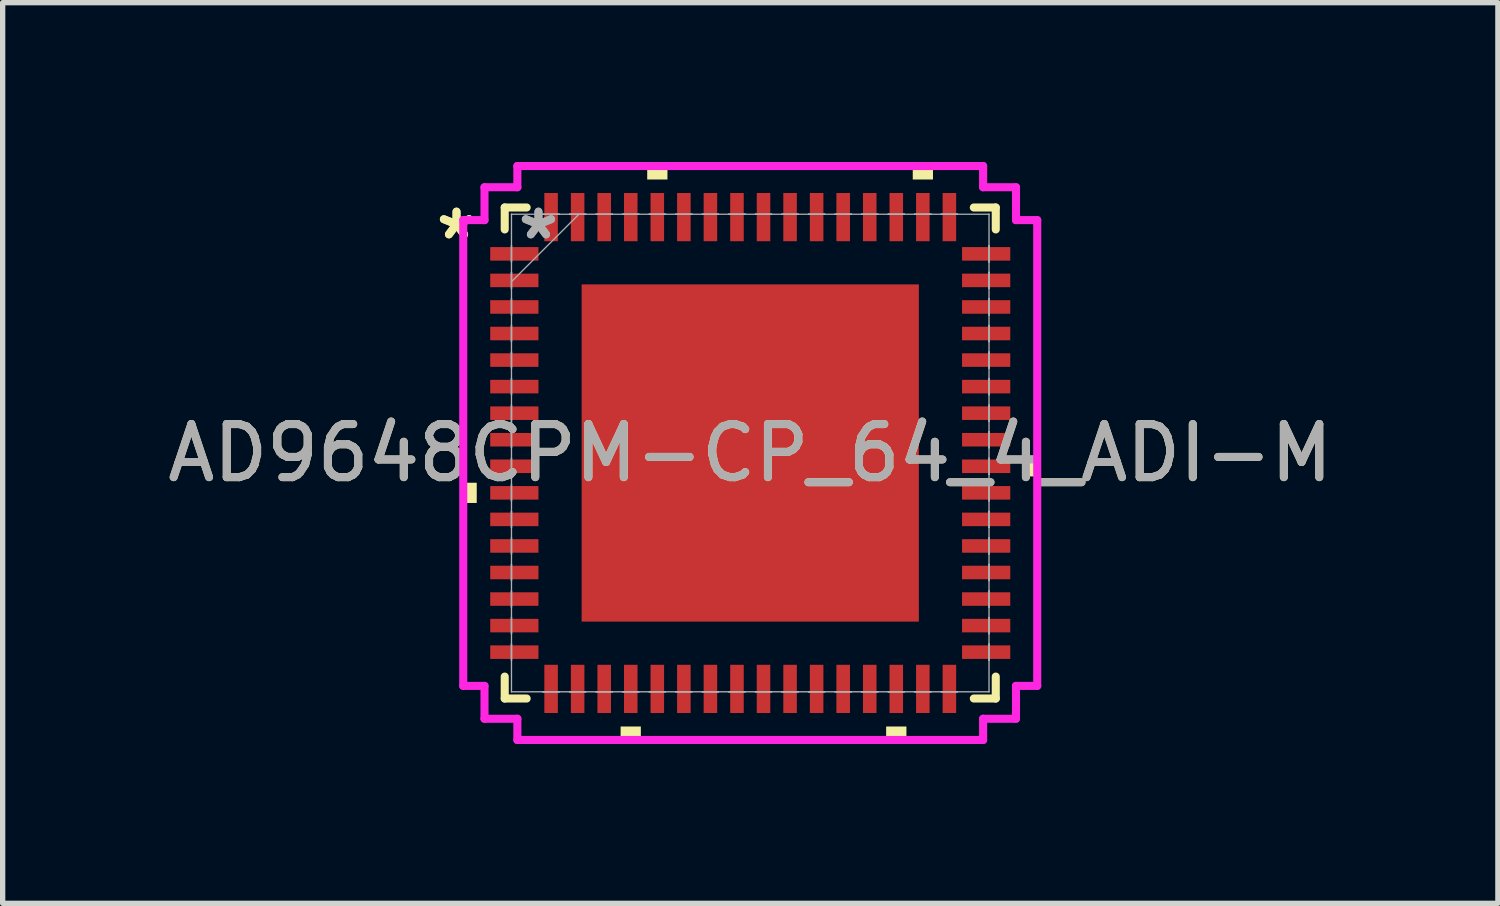
<source format=kicad_pcb>
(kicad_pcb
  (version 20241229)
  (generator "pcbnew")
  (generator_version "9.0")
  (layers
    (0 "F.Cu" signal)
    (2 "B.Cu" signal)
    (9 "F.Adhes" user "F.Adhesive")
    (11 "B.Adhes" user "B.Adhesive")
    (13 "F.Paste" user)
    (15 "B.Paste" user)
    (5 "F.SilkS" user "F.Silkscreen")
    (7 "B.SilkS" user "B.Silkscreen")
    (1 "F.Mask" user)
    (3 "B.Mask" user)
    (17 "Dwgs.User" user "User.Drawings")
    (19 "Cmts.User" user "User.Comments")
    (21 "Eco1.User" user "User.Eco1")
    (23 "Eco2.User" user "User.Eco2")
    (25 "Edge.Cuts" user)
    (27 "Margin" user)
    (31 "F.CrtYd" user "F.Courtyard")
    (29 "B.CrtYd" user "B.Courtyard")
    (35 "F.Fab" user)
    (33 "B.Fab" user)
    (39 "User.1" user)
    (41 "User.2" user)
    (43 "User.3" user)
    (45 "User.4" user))
  (footprint "AD9648CPM-CP_64_4_ADI-M"
    (layer "F.Cu")
    (at 11.077 5.48)
    (property "Reference" "AD9648CPM-CP_64_4_ADI-M" (at 0 0 0) (unlocked yes) (layer "F.SilkS") (effects (font (size 1 1) (thickness 0.15))))
    (attr smd)
    (fp_line (start -4.623 -4.623) (end -4.623 -4.21) (stroke (width 0.152) (type solid)) (layer "F.SilkS"))
    (fp_line (start -4.623 4.21) (end -4.623 4.623) (stroke (width 0.152) (type solid)) (layer "F.SilkS"))
    (fp_line (start -4.623 4.623) (end -4.21 4.623) (stroke (width 0.152) (type solid)) (layer "F.SilkS"))
    (fp_line (start -4.21 -4.623) (end -4.623 -4.623) (stroke (width 0.152) (type solid)) (layer "F.SilkS"))
    (fp_line (start 4.21 4.623) (end 4.623 4.623) (stroke (width 0.152) (type solid)) (layer "F.SilkS"))
    (fp_line (start 4.623 -4.623) (end 4.21 -4.623) (stroke (width 0.152) (type solid)) (layer "F.SilkS"))
    (fp_line (start 4.623 -4.21) (end 4.623 -4.623) (stroke (width 0.152) (type solid)) (layer "F.SilkS"))
    (fp_line (start 4.623 4.623) (end 4.623 4.21) (stroke (width 0.152) (type solid)) (layer "F.SilkS"))
    (fp_poly (pts (xy -5.404 0.56) (xy -5.404 0.941) (xy -5.15 0.941) (xy -5.15 0.56)) (stroke (width 0) (type solid)) (fill yes) (layer "F.SilkS"))
    (fp_poly (pts (xy -2.441 5.15) (xy -2.441 5.404) (xy -2.06 5.404) (xy -2.06 5.15)) (stroke (width 0) (type solid)) (fill yes) (layer "F.SilkS"))
    (fp_poly (pts (xy -1.94 -5.15) (xy -1.94 -5.404) (xy -1.559 -5.404) (xy -1.559 -5.15)) (stroke (width 0) (type solid)) (fill yes) (layer "F.SilkS"))
    (fp_poly (pts (xy 2.559 5.15) (xy 2.559 5.404) (xy 2.941 5.404) (xy 2.941 5.15)) (stroke (width 0) (type solid)) (fill yes) (layer "F.SilkS"))
    (fp_poly (pts (xy 3.06 -5.15) (xy 3.06 -5.404) (xy 3.441 -5.404) (xy 3.441 -5.15)) (stroke (width 0) (type solid)) (fill yes) (layer "F.SilkS"))
    (fp_poly (pts (xy 5.404 0.059) (xy 5.404 0.441) (xy 5.15 0.441) (xy 5.15 0.059)) (stroke (width 0) (type solid)) (fill yes) (layer "F.SilkS"))
    (fp_poly (pts (xy -3.075 -3.075) (xy -3.075 -2.005) (xy -2.005 -2.005) (xy -2.005 -3.075)) (stroke (width 0) (type solid)) (fill yes) (layer "F.Paste"))
    (fp_poly (pts (xy -3.075 -1.805) (xy -3.075 -0.735) (xy -2.005 -0.735) (xy -2.005 -1.805)) (stroke (width 0) (type solid)) (fill yes) (layer "F.Paste"))
    (fp_poly (pts (xy -3.075 -0.535) (xy -3.075 0.535) (xy -2.005 0.535) (xy -2.005 -0.535)) (stroke (width 0) (type solid)) (fill yes) (layer "F.Paste"))
    (fp_poly (pts (xy -3.075 0.735) (xy -3.075 1.805) (xy -2.005 1.805) (xy -2.005 0.735)) (stroke (width 0) (type solid)) (fill yes) (layer "F.Paste"))
    (fp_poly (pts (xy -3.075 2.005) (xy -3.075 3.075) (xy -2.005 3.075) (xy -2.005 2.005)) (stroke (width 0) (type solid)) (fill yes) (layer "F.Paste"))
    (fp_poly (pts (xy -1.805 -3.075) (xy -1.805 -2.005) (xy -0.735 -2.005) (xy -0.735 -3.075)) (stroke (width 0) (type solid)) (fill yes) (layer "F.Paste"))
    (fp_poly (pts (xy -1.805 -1.805) (xy -1.805 -0.735) (xy -0.735 -0.735) (xy -0.735 -1.805)) (stroke (width 0) (type solid)) (fill yes) (layer "F.Paste"))
    (fp_poly (pts (xy -1.805 -0.535) (xy -1.805 0.535) (xy -0.735 0.535) (xy -0.735 -0.535)) (stroke (width 0) (type solid)) (fill yes) (layer "F.Paste"))
    (fp_poly (pts (xy -1.805 0.735) (xy -1.805 1.805) (xy -0.735 1.805) (xy -0.735 0.735)) (stroke (width 0) (type solid)) (fill yes) (layer "F.Paste"))
    (fp_poly (pts (xy -1.805 2.005) (xy -1.805 3.075) (xy -0.735 3.075) (xy -0.735 2.005)) (stroke (width 0) (type solid)) (fill yes) (layer "F.Paste"))
    (fp_poly (pts (xy -0.535 -3.075) (xy -0.535 -2.005) (xy 0.535 -2.005) (xy 0.535 -3.075)) (stroke (width 0) (type solid)) (fill yes) (layer "F.Paste"))
    (fp_poly (pts (xy -0.535 -1.805) (xy -0.535 -0.735) (xy 0.535 -0.735) (xy 0.535 -1.805)) (stroke (width 0) (type solid)) (fill yes) (layer "F.Paste"))
    (fp_poly (pts (xy -0.535 -0.535) (xy -0.535 0.535) (xy 0.535 0.535) (xy 0.535 -0.535)) (stroke (width 0) (type solid)) (fill yes) (layer "F.Paste"))
    (fp_poly (pts (xy -0.535 0.735) (xy -0.535 1.805) (xy 0.535 1.805) (xy 0.535 0.735)) (stroke (width 0) (type solid)) (fill yes) (layer "F.Paste"))
    (fp_poly (pts (xy -0.535 2.005) (xy -0.535 3.075) (xy 0.535 3.075) (xy 0.535 2.005)) (stroke (width 0) (type solid)) (fill yes) (layer "F.Paste"))
    (fp_poly (pts (xy 0.735 -3.075) (xy 0.735 -2.005) (xy 1.805 -2.005) (xy 1.805 -3.075)) (stroke (width 0) (type solid)) (fill yes) (layer "F.Paste"))
    (fp_poly (pts (xy 0.735 -1.805) (xy 0.735 -0.735) (xy 1.805 -0.735) (xy 1.805 -1.805)) (stroke (width 0) (type solid)) (fill yes) (layer "F.Paste"))
    (fp_poly (pts (xy 0.735 -0.535) (xy 0.735 0.535) (xy 1.805 0.535) (xy 1.805 -0.535)) (stroke (width 0) (type solid)) (fill yes) (layer "F.Paste"))
    (fp_poly (pts (xy 0.735 0.735) (xy 0.735 1.805) (xy 1.805 1.805) (xy 1.805 0.735)) (stroke (width 0) (type solid)) (fill yes) (layer "F.Paste"))
    (fp_poly (pts (xy 0.735 2.005) (xy 0.735 3.075) (xy 1.805 3.075) (xy 1.805 2.005)) (stroke (width 0) (type solid)) (fill yes) (layer "F.Paste"))
    (fp_poly (pts (xy 2.005 -3.075) (xy 2.005 -2.005) (xy 3.075 -2.005) (xy 3.075 -3.075)) (stroke (width 0) (type solid)) (fill yes) (layer "F.Paste"))
    (fp_poly (pts (xy 2.005 -1.805) (xy 2.005 -0.735) (xy 3.075 -0.735) (xy 3.075 -1.805)) (stroke (width 0) (type solid)) (fill yes) (layer "F.Paste"))
    (fp_poly (pts (xy 2.005 -0.535) (xy 2.005 0.535) (xy 3.075 0.535) (xy 3.075 -0.535)) (stroke (width 0) (type solid)) (fill yes) (layer "F.Paste"))
    (fp_poly (pts (xy 2.005 0.735) (xy 2.005 1.805) (xy 3.075 1.805) (xy 3.075 0.735)) (stroke (width 0) (type solid)) (fill yes) (layer "F.Paste"))
    (fp_poly (pts (xy 2.005 2.005) (xy 2.005 3.075) (xy 3.075 3.075) (xy 3.075 2.005)) (stroke (width 0) (type solid)) (fill yes) (layer "F.Paste"))
    (fp_line (start -5.404 -4.385) (end -5.004 -4.385) (stroke (width 0.152) (type solid)) (layer "F.CrtYd"))
    (fp_line (start -5.404 4.385) (end -5.404 -4.385) (stroke (width 0.152) (type solid)) (layer "F.CrtYd"))
    (fp_line (start -5.004 -5.004) (end -4.385 -5.004) (stroke (width 0.152) (type solid)) (layer "F.CrtYd"))
    (fp_line (start -5.004 -4.385) (end -5.004 -5.004) (stroke (width 0.152) (type solid)) (layer "F.CrtYd"))
    (fp_line (start -5.004 4.385) (end -5.404 4.385) (stroke (width 0.152) (type solid)) (layer "F.CrtYd"))
    (fp_line (start -5.004 5.004) (end -5.004 4.385) (stroke (width 0.152) (type solid)) (layer "F.CrtYd"))
    (fp_line (start -4.385 -5.404) (end 4.385 -5.404) (stroke (width 0.152) (type solid)) (layer "F.CrtYd"))
    (fp_line (start -4.385 -5.004) (end -4.385 -5.404) (stroke (width 0.152) (type solid)) (layer "F.CrtYd"))
    (fp_line (start -4.385 5.004) (end -5.004 5.004) (stroke (width 0.152) (type solid)) (layer "F.CrtYd"))
    (fp_line (start -4.385 5.404) (end -4.385 5.004) (stroke (width 0.152) (type solid)) (layer "F.CrtYd"))
    (fp_line (start 4.385 -5.404) (end 4.385 -5.004) (stroke (width 0.152) (type solid)) (layer "F.CrtYd"))
    (fp_line (start 4.385 -5.004) (end 5.004 -5.004) (stroke (width 0.152) (type solid)) (layer "F.CrtYd"))
    (fp_line (start 4.385 5.004) (end 4.385 5.404) (stroke (width 0.152) (type solid)) (layer "F.CrtYd"))
    (fp_line (start 4.385 5.404) (end -4.385 5.404) (stroke (width 0.152) (type solid)) (layer "F.CrtYd"))
    (fp_line (start 5.004 -5.004) (end 5.004 -4.385) (stroke (width 0.152) (type solid)) (layer "F.CrtYd"))
    (fp_line (start 5.004 -4.385) (end 5.404 -4.385) (stroke (width 0.152) (type solid)) (layer "F.CrtYd"))
    (fp_line (start 5.004 4.385) (end 5.004 5.004) (stroke (width 0.152) (type solid)) (layer "F.CrtYd"))
    (fp_line (start 5.004 5.004) (end 4.385 5.004) (stroke (width 0.152) (type solid)) (layer "F.CrtYd"))
    (fp_line (start 5.404 -4.385) (end 5.404 4.385) (stroke (width 0.152) (type solid)) (layer "F.CrtYd"))
    (fp_line (start 5.404 4.385) (end 5.004 4.385) (stroke (width 0.152) (type solid)) (layer "F.CrtYd"))
    (fp_line (start -4.496 -4.496) (end -4.496 -4.496) (stroke (width 0.025) (type solid)) (layer "F.Fab"))
    (fp_line (start -4.496 -4.496) (end -4.496 4.496) (stroke (width 0.025) (type solid)) (layer "F.Fab"))
    (fp_line (start -4.496 -3.902) (end -4.496 -3.902) (stroke (width 0.025) (type solid)) (layer "F.Fab"))
    (fp_line (start -4.496 -3.902) (end -4.496 -3.598) (stroke (width 0.025) (type solid)) (layer "F.Fab"))
    (fp_line (start -4.496 -3.598) (end -4.496 -3.902) (stroke (width 0.025) (type solid)) (layer "F.Fab"))
    (fp_line (start -4.496 -3.598) (end -4.496 -3.598) (stroke (width 0.025) (type solid)) (layer "F.Fab"))
    (fp_line (start -4.496 -3.402) (end -4.496 -3.402) (stroke (width 0.025) (type solid)) (layer "F.Fab"))
    (fp_line (start -4.496 -3.402) (end -4.496 -3.098) (stroke (width 0.025) (type solid)) (layer "F.Fab"))
    (fp_line (start -4.496 -3.226) (end -3.226 -4.496) (stroke (width 0.025) (type solid)) (layer "F.Fab"))
    (fp_line (start -4.496 -3.098) (end -4.496 -3.402) (stroke (width 0.025) (type solid)) (layer "F.Fab"))
    (fp_line (start -4.496 -3.098) (end -4.496 -3.098) (stroke (width 0.025) (type solid)) (layer "F.Fab"))
    (fp_line (start -4.496 -2.902) (end -4.496 -2.902) (stroke (width 0.025) (type solid)) (layer "F.Fab"))
    (fp_line (start -4.496 -2.902) (end -4.496 -2.598) (stroke (width 0.025) (type solid)) (layer "F.Fab"))
    (fp_line (start -4.496 -2.598) (end -4.496 -2.902) (stroke (width 0.025) (type solid)) (layer "F.Fab"))
    (fp_line (start -4.496 -2.598) (end -4.496 -2.598) (stroke (width 0.025) (type solid)) (layer "F.Fab"))
    (fp_line (start -4.496 -2.402) (end -4.496 -2.402) (stroke (width 0.025) (type solid)) (layer "F.Fab"))
    (fp_line (start -4.496 -2.402) (end -4.496 -2.098) (stroke (width 0.025) (type solid)) (layer "F.Fab"))
    (fp_line (start -4.496 -2.098) (end -4.496 -2.402) (stroke (width 0.025) (type solid)) (layer "F.Fab"))
    (fp_line (start -4.496 -2.098) (end -4.496 -2.098) (stroke (width 0.025) (type solid)) (layer "F.Fab"))
    (fp_line (start -4.496 -1.902) (end -4.496 -1.902) (stroke (width 0.025) (type solid)) (layer "F.Fab"))
    (fp_line (start -4.496 -1.902) (end -4.496 -1.598) (stroke (width 0.025) (type solid)) (layer "F.Fab"))
    (fp_line (start -4.496 -1.598) (end -4.496 -1.902) (stroke (width 0.025) (type solid)) (layer "F.Fab"))
    (fp_line (start -4.496 -1.598) (end -4.496 -1.598) (stroke (width 0.025) (type solid)) (layer "F.Fab"))
    (fp_line (start -4.496 -1.402) (end -4.496 -1.402) (stroke (width 0.025) (type solid)) (layer "F.Fab"))
    (fp_line (start -4.496 -1.402) (end -4.496 -1.098) (stroke (width 0.025) (type solid)) (layer "F.Fab"))
    (fp_line (start -4.496 -1.098) (end -4.496 -1.402) (stroke (width 0.025) (type solid)) (layer "F.Fab"))
    (fp_line (start -4.496 -1.098) (end -4.496 -1.098) (stroke (width 0.025) (type solid)) (layer "F.Fab"))
    (fp_line (start -4.496 -0.902) (end -4.496 -0.902) (stroke (width 0.025) (type solid)) (layer "F.Fab"))
    (fp_line (start -4.496 -0.902) (end -4.496 -0.598) (stroke (width 0.025) (type solid)) (layer "F.Fab"))
    (fp_line (start -4.496 -0.598) (end -4.496 -0.902) (stroke (width 0.025) (type solid)) (layer "F.Fab"))
    (fp_line (start -4.496 -0.598) (end -4.496 -0.598) (stroke (width 0.025) (type solid)) (layer "F.Fab"))
    (fp_line (start -4.496 -0.402) (end -4.496 -0.402) (stroke (width 0.025) (type solid)) (layer "F.Fab"))
    (fp_line (start -4.496 -0.402) (end -4.496 -0.098) (stroke (width 0.025) (type solid)) (layer "F.Fab"))
    (fp_line (start -4.496 -0.098) (end -4.496 -0.402) (stroke (width 0.025) (type solid)) (layer "F.Fab"))
    (fp_line (start -4.496 -0.098) (end -4.496 -0.098) (stroke (width 0.025) (type solid)) (layer "F.Fab"))
    (fp_line (start -4.496 0.098) (end -4.496 0.098) (stroke (width 0.025) (type solid)) (layer "F.Fab"))
    (fp_line (start -4.496 0.098) (end -4.496 0.402) (stroke (width 0.025) (type solid)) (layer "F.Fab"))
    (fp_line (start -4.496 0.402) (end -4.496 0.098) (stroke (width 0.025) (type solid)) (layer "F.Fab"))
    (fp_line (start -4.496 0.402) (end -4.496 0.402) (stroke (width 0.025) (type solid)) (layer "F.Fab"))
    (fp_line (start -4.496 0.598) (end -4.496 0.598) (stroke (width 0.025) (type solid)) (layer "F.Fab"))
    (fp_line (start -4.496 0.598) (end -4.496 0.902) (stroke (width 0.025) (type solid)) (layer "F.Fab"))
    (fp_line (start -4.496 0.902) (end -4.496 0.598) (stroke (width 0.025) (type solid)) (layer "F.Fab"))
    (fp_line (start -4.496 0.902) (end -4.496 0.902) (stroke (width 0.025) (type solid)) (layer "F.Fab"))
    (fp_line (start -4.496 1.098) (end -4.496 1.098) (stroke (width 0.025) (type solid)) (layer "F.Fab"))
    (fp_line (start -4.496 1.098) (end -4.496 1.402) (stroke (width 0.025) (type solid)) (layer "F.Fab"))
    (fp_line (start -4.496 1.402) (end -4.496 1.098) (stroke (width 0.025) (type solid)) (layer "F.Fab"))
    (fp_line (start -4.496 1.402) (end -4.496 1.402) (stroke (width 0.025) (type solid)) (layer "F.Fab"))
    (fp_line (start -4.496 1.598) (end -4.496 1.598) (stroke (width 0.025) (type solid)) (layer "F.Fab"))
    (fp_line (start -4.496 1.598) (end -4.496 1.902) (stroke (width 0.025) (type solid)) (layer "F.Fab"))
    (fp_line (start -4.496 1.902) (end -4.496 1.598) (stroke (width 0.025) (type solid)) (layer "F.Fab"))
    (fp_line (start -4.496 1.902) (end -4.496 1.902) (stroke (width 0.025) (type solid)) (layer "F.Fab"))
    (fp_line (start -4.496 2.098) (end -4.496 2.098) (stroke (width 0.025) (type solid)) (layer "F.Fab"))
    (fp_line (start -4.496 2.098) (end -4.496 2.402) (stroke (width 0.025) (type solid)) (layer "F.Fab"))
    (fp_line (start -4.496 2.402) (end -4.496 2.098) (stroke (width 0.025) (type solid)) (layer "F.Fab"))
    (fp_line (start -4.496 2.402) (end -4.496 2.402) (stroke (width 0.025) (type solid)) (layer "F.Fab"))
    (fp_line (start -4.496 2.598) (end -4.496 2.598) (stroke (width 0.025) (type solid)) (layer "F.Fab"))
    (fp_line (start -4.496 2.598) (end -4.496 2.902) (stroke (width 0.025) (type solid)) (layer "F.Fab"))
    (fp_line (start -4.496 2.902) (end -4.496 2.598) (stroke (width 0.025) (type solid)) (layer "F.Fab"))
    (fp_line (start -4.496 2.902) (end -4.496 2.902) (stroke (width 0.025) (type solid)) (layer "F.Fab"))
    (fp_line (start -4.496 3.098) (end -4.496 3.098) (stroke (width 0.025) (type solid)) (layer "F.Fab"))
    (fp_line (start -4.496 3.098) (end -4.496 3.402) (stroke (width 0.025) (type solid)) (layer "F.Fab"))
    (fp_line (start -4.496 3.402) (end -4.496 3.098) (stroke (width 0.025) (type solid)) (layer "F.Fab"))
    (fp_line (start -4.496 3.402) (end -4.496 3.402) (stroke (width 0.025) (type solid)) (layer "F.Fab"))
    (fp_line (start -4.496 3.598) (end -4.496 3.598) (stroke (width 0.025) (type solid)) (layer "F.Fab"))
    (fp_line (start -4.496 3.598) (end -4.496 3.902) (stroke (width 0.025) (type solid)) (layer "F.Fab"))
    (fp_line (start -4.496 3.902) (end -4.496 3.598) (stroke (width 0.025) (type solid)) (layer "F.Fab"))
    (fp_line (start -4.496 3.902) (end -4.496 3.902) (stroke (width 0.025) (type solid)) (layer "F.Fab"))
    (fp_line (start -4.496 4.496) (end -4.496 4.496) (stroke (width 0.025) (type solid)) (layer "F.Fab"))
    (fp_line (start -4.496 4.496) (end 4.496 4.496) (stroke (width 0.025) (type solid)) (layer "F.Fab"))
    (fp_line (start -3.902 -4.496) (end -3.902 -4.496) (stroke (width 0.025) (type solid)) (layer "F.Fab"))
    (fp_line (start -3.902 -4.496) (end -3.598 -4.496) (stroke (width 0.025) (type solid)) (layer "F.Fab"))
    (fp_line (start -3.902 4.496) (end -3.902 4.496) (stroke (width 0.025) (type solid)) (layer "F.Fab"))
    (fp_line (start -3.902 4.496) (end -3.598 4.496) (stroke (width 0.025) (type solid)) (layer "F.Fab"))
    (fp_line (start -3.598 -4.496) (end -3.902 -4.496) (stroke (width 0.025) (type solid)) (layer "F.Fab"))
    (fp_line (start -3.598 -4.496) (end -3.598 -4.496) (stroke (width 0.025) (type solid)) (layer "F.Fab"))
    (fp_line (start -3.598 4.496) (end -3.902 4.496) (stroke (width 0.025) (type solid)) (layer "F.Fab"))
    (fp_line (start -3.598 4.496) (end -3.598 4.496) (stroke (width 0.025) (type solid)) (layer "F.Fab"))
    (fp_line (start -3.402 -4.496) (end -3.402 -4.496) (stroke (width 0.025) (type solid)) (layer "F.Fab"))
    (fp_line (start -3.402 -4.496) (end -3.098 -4.496) (stroke (width 0.025) (type solid)) (layer "F.Fab"))
    (fp_line (start -3.402 4.496) (end -3.402 4.496) (stroke (width 0.025) (type solid)) (layer "F.Fab"))
    (fp_line (start -3.402 4.496) (end -3.098 4.496) (stroke (width 0.025) (type solid)) (layer "F.Fab"))
    (fp_line (start -3.098 -4.496) (end -3.402 -4.496) (stroke (width 0.025) (type solid)) (layer "F.Fab"))
    (fp_line (start -3.098 -4.496) (end -3.098 -4.496) (stroke (width 0.025) (type solid)) (layer "F.Fab"))
    (fp_line (start -3.098 4.496) (end -3.402 4.496) (stroke (width 0.025) (type solid)) (layer "F.Fab"))
    (fp_line (start -3.098 4.496) (end -3.098 4.496) (stroke (width 0.025) (type solid)) (layer "F.Fab"))
    (fp_line (start -2.902 -4.496) (end -2.902 -4.496) (stroke (width 0.025) (type solid)) (layer "F.Fab"))
    (fp_line (start -2.902 -4.496) (end -2.598 -4.496) (stroke (width 0.025) (type solid)) (layer "F.Fab"))
    (fp_line (start -2.902 4.496) (end -2.902 4.496) (stroke (width 0.025) (type solid)) (layer "F.Fab"))
    (fp_line (start -2.902 4.496) (end -2.598 4.496) (stroke (width 0.025) (type solid)) (layer "F.Fab"))
    (fp_line (start -2.598 -4.496) (end -2.902 -4.496) (stroke (width 0.025) (type solid)) (layer "F.Fab"))
    (fp_line (start -2.598 -4.496) (end -2.598 -4.496) (stroke (width 0.025) (type solid)) (layer "F.Fab"))
    (fp_line (start -2.598 4.496) (end -2.902 4.496) (stroke (width 0.025) (type solid)) (layer "F.Fab"))
    (fp_line (start -2.598 4.496) (end -2.598 4.496) (stroke (width 0.025) (type solid)) (layer "F.Fab"))
    (fp_line (start -2.402 -4.496) (end -2.402 -4.496) (stroke (width 0.025) (type solid)) (layer "F.Fab"))
    (fp_line (start -2.402 -4.496) (end -2.098 -4.496) (stroke (width 0.025) (type solid)) (layer "F.Fab"))
    (fp_line (start -2.402 4.496) (end -2.402 4.496) (stroke (width 0.025) (type solid)) (layer "F.Fab"))
    (fp_line (start -2.402 4.496) (end -2.098 4.496) (stroke (width 0.025) (type solid)) (layer "F.Fab"))
    (fp_line (start -2.098 -4.496) (end -2.402 -4.496) (stroke (width 0.025) (type solid)) (layer "F.Fab"))
    (fp_line (start -2.098 -4.496) (end -2.098 -4.496) (stroke (width 0.025) (type solid)) (layer "F.Fab"))
    (fp_line (start -2.098 4.496) (end -2.402 4.496) (stroke (width 0.025) (type solid)) (layer "F.Fab"))
    (fp_line (start -2.098 4.496) (end -2.098 4.496) (stroke (width 0.025) (type solid)) (layer "F.Fab"))
    (fp_line (start -1.902 -4.496) (end -1.902 -4.496) (stroke (width 0.025) (type solid)) (layer "F.Fab"))
    (fp_line (start -1.902 -4.496) (end -1.598 -4.496) (stroke (width 0.025) (type solid)) (layer "F.Fab"))
    (fp_line (start -1.902 4.496) (end -1.902 4.496) (stroke (width 0.025) (type solid)) (layer "F.Fab"))
    (fp_line (start -1.902 4.496) (end -1.598 4.496) (stroke (width 0.025) (type solid)) (layer "F.Fab"))
    (fp_line (start -1.598 -4.496) (end -1.902 -4.496) (stroke (width 0.025) (type solid)) (layer "F.Fab"))
    (fp_line (start -1.598 -4.496) (end -1.598 -4.496) (stroke (width 0.025) (type solid)) (layer "F.Fab"))
    (fp_line (start -1.598 4.496) (end -1.902 4.496) (stroke (width 0.025) (type solid)) (layer "F.Fab"))
    (fp_line (start -1.598 4.496) (end -1.598 4.496) (stroke (width 0.025) (type solid)) (layer "F.Fab"))
    (fp_line (start -1.402 -4.496) (end -1.402 -4.496) (stroke (width 0.025) (type solid)) (layer "F.Fab"))
    (fp_line (start -1.402 -4.496) (end -1.098 -4.496) (stroke (width 0.025) (type solid)) (layer "F.Fab"))
    (fp_line (start -1.402 4.496) (end -1.402 4.496) (stroke (width 0.025) (type solid)) (layer "F.Fab"))
    (fp_line (start -1.402 4.496) (end -1.098 4.496) (stroke (width 0.025) (type solid)) (layer "F.Fab"))
    (fp_line (start -1.098 -4.496) (end -1.402 -4.496) (stroke (width 0.025) (type solid)) (layer "F.Fab"))
    (fp_line (start -1.098 -4.496) (end -1.098 -4.496) (stroke (width 0.025) (type solid)) (layer "F.Fab"))
    (fp_line (start -1.098 4.496) (end -1.402 4.496) (stroke (width 0.025) (type solid)) (layer "F.Fab"))
    (fp_line (start -1.098 4.496) (end -1.098 4.496) (stroke (width 0.025) (type solid)) (layer "F.Fab"))
    (fp_line (start -0.902 -4.496) (end -0.902 -4.496) (stroke (width 0.025) (type solid)) (layer "F.Fab"))
    (fp_line (start -0.902 -4.496) (end -0.598 -4.496) (stroke (width 0.025) (type solid)) (layer "F.Fab"))
    (fp_line (start -0.902 4.496) (end -0.902 4.496) (stroke (width 0.025) (type solid)) (layer "F.Fab"))
    (fp_line (start -0.902 4.496) (end -0.598 4.496) (stroke (width 0.025) (type solid)) (layer "F.Fab"))
    (fp_line (start -0.598 -4.496) (end -0.902 -4.496) (stroke (width 0.025) (type solid)) (layer "F.Fab"))
    (fp_line (start -0.598 -4.496) (end -0.598 -4.496) (stroke (width 0.025) (type solid)) (layer "F.Fab"))
    (fp_line (start -0.598 4.496) (end -0.902 4.496) (stroke (width 0.025) (type solid)) (layer "F.Fab"))
    (fp_line (start -0.598 4.496) (end -0.598 4.496) (stroke (width 0.025) (type solid)) (layer "F.Fab"))
    (fp_line (start -0.402 -4.496) (end -0.402 -4.496) (stroke (width 0.025) (type solid)) (layer "F.Fab"))
    (fp_line (start -0.402 -4.496) (end -0.098 -4.496) (stroke (width 0.025) (type solid)) (layer "F.Fab"))
    (fp_line (start -0.402 4.496) (end -0.402 4.496) (stroke (width 0.025) (type solid)) (layer "F.Fab"))
    (fp_line (start -0.402 4.496) (end -0.098 4.496) (stroke (width 0.025) (type solid)) (layer "F.Fab"))
    (fp_line (start -0.098 -4.496) (end -0.402 -4.496) (stroke (width 0.025) (type solid)) (layer "F.Fab"))
    (fp_line (start -0.098 -4.496) (end -0.098 -4.496) (stroke (width 0.025) (type solid)) (layer "F.Fab"))
    (fp_line (start -0.098 4.496) (end -0.402 4.496) (stroke (width 0.025) (type solid)) (layer "F.Fab"))
    (fp_line (start -0.098 4.496) (end -0.098 4.496) (stroke (width 0.025) (type solid)) (layer "F.Fab"))
    (fp_line (start 0.098 -4.496) (end 0.098 -4.496) (stroke (width 0.025) (type solid)) (layer "F.Fab"))
    (fp_line (start 0.098 -4.496) (end 0.402 -4.496) (stroke (width 0.025) (type solid)) (layer "F.Fab"))
    (fp_line (start 0.098 4.496) (end 0.098 4.496) (stroke (width 0.025) (type solid)) (layer "F.Fab"))
    (fp_line (start 0.098 4.496) (end 0.402 4.496) (stroke (width 0.025) (type solid)) (layer "F.Fab"))
    (fp_line (start 0.402 -4.496) (end 0.098 -4.496) (stroke (width 0.025) (type solid)) (layer "F.Fab"))
    (fp_line (start 0.402 -4.496) (end 0.402 -4.496) (stroke (width 0.025) (type solid)) (layer "F.Fab"))
    (fp_line (start 0.402 4.496) (end 0.098 4.496) (stroke (width 0.025) (type solid)) (layer "F.Fab"))
    (fp_line (start 0.402 4.496) (end 0.402 4.496) (stroke (width 0.025) (type solid)) (layer "F.Fab"))
    (fp_line (start 0.598 -4.496) (end 0.598 -4.496) (stroke (width 0.025) (type solid)) (layer "F.Fab"))
    (fp_line (start 0.598 -4.496) (end 0.902 -4.496) (stroke (width 0.025) (type solid)) (layer "F.Fab"))
    (fp_line (start 0.598 4.496) (end 0.598 4.496) (stroke (width 0.025) (type solid)) (layer "F.Fab"))
    (fp_line (start 0.598 4.496) (end 0.902 4.496) (stroke (width 0.025) (type solid)) (layer "F.Fab"))
    (fp_line (start 0.902 -4.496) (end 0.598 -4.496) (stroke (width 0.025) (type solid)) (layer "F.Fab"))
    (fp_line (start 0.902 -4.496) (end 0.902 -4.496) (stroke (width 0.025) (type solid)) (layer "F.Fab"))
    (fp_line (start 0.902 4.496) (end 0.598 4.496) (stroke (width 0.025) (type solid)) (layer "F.Fab"))
    (fp_line (start 0.902 4.496) (end 0.902 4.496) (stroke (width 0.025) (type solid)) (layer "F.Fab"))
    (fp_line (start 1.098 -4.496) (end 1.098 -4.496) (stroke (width 0.025) (type solid)) (layer "F.Fab"))
    (fp_line (start 1.098 -4.496) (end 1.402 -4.496) (stroke (width 0.025) (type solid)) (layer "F.Fab"))
    (fp_line (start 1.098 4.496) (end 1.098 4.496) (stroke (width 0.025) (type solid)) (layer "F.Fab"))
    (fp_line (start 1.098 4.496) (end 1.402 4.496) (stroke (width 0.025) (type solid)) (layer "F.Fab"))
    (fp_line (start 1.402 -4.496) (end 1.098 -4.496) (stroke (width 0.025) (type solid)) (layer "F.Fab"))
    (fp_line (start 1.402 -4.496) (end 1.402 -4.496) (stroke (width 0.025) (type solid)) (layer "F.Fab"))
    (fp_line (start 1.402 4.496) (end 1.098 4.496) (stroke (width 0.025) (type solid)) (layer "F.Fab"))
    (fp_line (start 1.402 4.496) (end 1.402 4.496) (stroke (width 0.025) (type solid)) (layer "F.Fab"))
    (fp_line (start 1.598 -4.496) (end 1.598 -4.496) (stroke (width 0.025) (type solid)) (layer "F.Fab"))
    (fp_line (start 1.598 -4.496) (end 1.902 -4.496) (stroke (width 0.025) (type solid)) (layer "F.Fab"))
    (fp_line (start 1.598 4.496) (end 1.598 4.496) (stroke (width 0.025) (type solid)) (layer "F.Fab"))
    (fp_line (start 1.598 4.496) (end 1.902 4.496) (stroke (width 0.025) (type solid)) (layer "F.Fab"))
    (fp_line (start 1.902 -4.496) (end 1.598 -4.496) (stroke (width 0.025) (type solid)) (layer "F.Fab"))
    (fp_line (start 1.902 -4.496) (end 1.902 -4.496) (stroke (width 0.025) (type solid)) (layer "F.Fab"))
    (fp_line (start 1.902 4.496) (end 1.598 4.496) (stroke (width 0.025) (type solid)) (layer "F.Fab"))
    (fp_line (start 1.902 4.496) (end 1.902 4.496) (stroke (width 0.025) (type solid)) (layer "F.Fab"))
    (fp_line (start 2.098 -4.496) (end 2.098 -4.496) (stroke (width 0.025) (type solid)) (layer "F.Fab"))
    (fp_line (start 2.098 -4.496) (end 2.402 -4.496) (stroke (width 0.025) (type solid)) (layer "F.Fab"))
    (fp_line (start 2.098 4.496) (end 2.098 4.496) (stroke (width 0.025) (type solid)) (layer "F.Fab"))
    (fp_line (start 2.098 4.496) (end 2.402 4.496) (stroke (width 0.025) (type solid)) (layer "F.Fab"))
    (fp_line (start 2.402 -4.496) (end 2.098 -4.496) (stroke (width 0.025) (type solid)) (layer "F.Fab"))
    (fp_line (start 2.402 -4.496) (end 2.402 -4.496) (stroke (width 0.025) (type solid)) (layer "F.Fab"))
    (fp_line (start 2.402 4.496) (end 2.098 4.496) (stroke (width 0.025) (type solid)) (layer "F.Fab"))
    (fp_line (start 2.402 4.496) (end 2.402 4.496) (stroke (width 0.025) (type solid)) (layer "F.Fab"))
    (fp_line (start 2.598 -4.496) (end 2.598 -4.496) (stroke (width 0.025) (type solid)) (layer "F.Fab"))
    (fp_line (start 2.598 -4.496) (end 2.902 -4.496) (stroke (width 0.025) (type solid)) (layer "F.Fab"))
    (fp_line (start 2.598 4.496) (end 2.598 4.496) (stroke (width 0.025) (type solid)) (layer "F.Fab"))
    (fp_line (start 2.598 4.496) (end 2.902 4.496) (stroke (width 0.025) (type solid)) (layer "F.Fab"))
    (fp_line (start 2.902 -4.496) (end 2.598 -4.496) (stroke (width 0.025) (type solid)) (layer "F.Fab"))
    (fp_line (start 2.902 -4.496) (end 2.902 -4.496) (stroke (width 0.025) (type solid)) (layer "F.Fab"))
    (fp_line (start 2.902 4.496) (end 2.598 4.496) (stroke (width 0.025) (type solid)) (layer "F.Fab"))
    (fp_line (start 2.902 4.496) (end 2.902 4.496) (stroke (width 0.025) (type solid)) (layer "F.Fab"))
    (fp_line (start 3.098 -4.496) (end 3.098 -4.496) (stroke (width 0.025) (type solid)) (layer "F.Fab"))
    (fp_line (start 3.098 -4.496) (end 3.402 -4.496) (stroke (width 0.025) (type solid)) (layer "F.Fab"))
    (fp_line (start 3.098 4.496) (end 3.098 4.496) (stroke (width 0.025) (type solid)) (layer "F.Fab"))
    (fp_line (start 3.098 4.496) (end 3.402 4.496) (stroke (width 0.025) (type solid)) (layer "F.Fab"))
    (fp_line (start 3.402 -4.496) (end 3.098 -4.496) (stroke (width 0.025) (type solid)) (layer "F.Fab"))
    (fp_line (start 3.402 -4.496) (end 3.402 -4.496) (stroke (width 0.025) (type solid)) (layer "F.Fab"))
    (fp_line (start 3.402 4.496) (end 3.098 4.496) (stroke (width 0.025) (type solid)) (layer "F.Fab"))
    (fp_line (start 3.402 4.496) (end 3.402 4.496) (stroke (width 0.025) (type solid)) (layer "F.Fab"))
    (fp_line (start 3.598 -4.496) (end 3.598 -4.496) (stroke (width 0.025) (type solid)) (layer "F.Fab"))
    (fp_line (start 3.598 -4.496) (end 3.902 -4.496) (stroke (width 0.025) (type solid)) (layer "F.Fab"))
    (fp_line (start 3.598 4.496) (end 3.598 4.496) (stroke (width 0.025) (type solid)) (layer "F.Fab"))
    (fp_line (start 3.598 4.496) (end 3.902 4.496) (stroke (width 0.025) (type solid)) (layer "F.Fab"))
    (fp_line (start 3.902 -4.496) (end 3.598 -4.496) (stroke (width 0.025) (type solid)) (layer "F.Fab"))
    (fp_line (start 3.902 -4.496) (end 3.902 -4.496) (stroke (width 0.025) (type solid)) (layer "F.Fab"))
    (fp_line (start 3.902 4.496) (end 3.598 4.496) (stroke (width 0.025) (type solid)) (layer "F.Fab"))
    (fp_line (start 3.902 4.496) (end 3.902 4.496) (stroke (width 0.025) (type solid)) (layer "F.Fab"))
    (fp_line (start 4.496 -4.496) (end -4.496 -4.496) (stroke (width 0.025) (type solid)) (layer "F.Fab"))
    (fp_line (start 4.496 -4.496) (end 4.496 -4.496) (stroke (width 0.025) (type solid)) (layer "F.Fab"))
    (fp_line (start 4.496 -3.902) (end 4.496 -3.902) (stroke (width 0.025) (type solid)) (layer "F.Fab"))
    (fp_line (start 4.496 -3.902) (end 4.496 -3.598) (stroke (width 0.025) (type solid)) (layer "F.Fab"))
    (fp_line (start 4.496 -3.598) (end 4.496 -3.902) (stroke (width 0.025) (type solid)) (layer "F.Fab"))
    (fp_line (start 4.496 -3.598) (end 4.496 -3.598) (stroke (width 0.025) (type solid)) (layer "F.Fab"))
    (fp_line (start 4.496 -3.402) (end 4.496 -3.402) (stroke (width 0.025) (type solid)) (layer "F.Fab"))
    (fp_line (start 4.496 -3.402) (end 4.496 -3.098) (stroke (width 0.025) (type solid)) (layer "F.Fab"))
    (fp_line (start 4.496 -3.098) (end 4.496 -3.402) (stroke (width 0.025) (type solid)) (layer "F.Fab"))
    (fp_line (start 4.496 -3.098) (end 4.496 -3.098) (stroke (width 0.025) (type solid)) (layer "F.Fab"))
    (fp_line (start 4.496 -2.902) (end 4.496 -2.902) (stroke (width 0.025) (type solid)) (layer "F.Fab"))
    (fp_line (start 4.496 -2.902) (end 4.496 -2.598) (stroke (width 0.025) (type solid)) (layer "F.Fab"))
    (fp_line (start 4.496 -2.598) (end 4.496 -2.902) (stroke (width 0.025) (type solid)) (layer "F.Fab"))
    (fp_line (start 4.496 -2.598) (end 4.496 -2.598) (stroke (width 0.025) (type solid)) (layer "F.Fab"))
    (fp_line (start 4.496 -2.402) (end 4.496 -2.402) (stroke (width 0.025) (type solid)) (layer "F.Fab"))
    (fp_line (start 4.496 -2.402) (end 4.496 -2.098) (stroke (width 0.025) (type solid)) (layer "F.Fab"))
    (fp_line (start 4.496 -2.098) (end 4.496 -2.402) (stroke (width 0.025) (type solid)) (layer "F.Fab"))
    (fp_line (start 4.496 -2.098) (end 4.496 -2.098) (stroke (width 0.025) (type solid)) (layer "F.Fab"))
    (fp_line (start 4.496 -1.902) (end 4.496 -1.902) (stroke (width 0.025) (type solid)) (layer "F.Fab"))
    (fp_line (start 4.496 -1.902) (end 4.496 -1.598) (stroke (width 0.025) (type solid)) (layer "F.Fab"))
    (fp_line (start 4.496 -1.598) (end 4.496 -1.902) (stroke (width 0.025) (type solid)) (layer "F.Fab"))
    (fp_line (start 4.496 -1.598) (end 4.496 -1.598) (stroke (width 0.025) (type solid)) (layer "F.Fab"))
    (fp_line (start 4.496 -1.402) (end 4.496 -1.402) (stroke (width 0.025) (type solid)) (layer "F.Fab"))
    (fp_line (start 4.496 -1.402) (end 4.496 -1.098) (stroke (width 0.025) (type solid)) (layer "F.Fab"))
    (fp_line (start 4.496 -1.098) (end 4.496 -1.402) (stroke (width 0.025) (type solid)) (layer "F.Fab"))
    (fp_line (start 4.496 -1.098) (end 4.496 -1.098) (stroke (width 0.025) (type solid)) (layer "F.Fab"))
    (fp_line (start 4.496 -0.902) (end 4.496 -0.902) (stroke (width 0.025) (type solid)) (layer "F.Fab"))
    (fp_line (start 4.496 -0.902) (end 4.496 -0.598) (stroke (width 0.025) (type solid)) (layer "F.Fab"))
    (fp_line (start 4.496 -0.598) (end 4.496 -0.902) (stroke (width 0.025) (type solid)) (layer "F.Fab"))
    (fp_line (start 4.496 -0.598) (end 4.496 -0.598) (stroke (width 0.025) (type solid)) (layer "F.Fab"))
    (fp_line (start 4.496 -0.402) (end 4.496 -0.402) (stroke (width 0.025) (type solid)) (layer "F.Fab"))
    (fp_line (start 4.496 -0.402) (end 4.496 -0.098) (stroke (width 0.025) (type solid)) (layer "F.Fab"))
    (fp_line (start 4.496 -0.098) (end 4.496 -0.402) (stroke (width 0.025) (type solid)) (layer "F.Fab"))
    (fp_line (start 4.496 -0.098) (end 4.496 -0.098) (stroke (width 0.025) (type solid)) (layer "F.Fab"))
    (fp_line (start 4.496 0.098) (end 4.496 0.098) (stroke (width 0.025) (type solid)) (layer "F.Fab"))
    (fp_line (start 4.496 0.098) (end 4.496 0.402) (stroke (width 0.025) (type solid)) (layer "F.Fab"))
    (fp_line (start 4.496 0.402) (end 4.496 0.098) (stroke (width 0.025) (type solid)) (layer "F.Fab"))
    (fp_line (start 4.496 0.402) (end 4.496 0.402) (stroke (width 0.025) (type solid)) (layer "F.Fab"))
    (fp_line (start 4.496 0.598) (end 4.496 0.598) (stroke (width 0.025) (type solid)) (layer "F.Fab"))
    (fp_line (start 4.496 0.598) (end 4.496 0.902) (stroke (width 0.025) (type solid)) (layer "F.Fab"))
    (fp_line (start 4.496 0.902) (end 4.496 0.598) (stroke (width 0.025) (type solid)) (layer "F.Fab"))
    (fp_line (start 4.496 0.902) (end 4.496 0.902) (stroke (width 0.025) (type solid)) (layer "F.Fab"))
    (fp_line (start 4.496 1.098) (end 4.496 1.098) (stroke (width 0.025) (type solid)) (layer "F.Fab"))
    (fp_line (start 4.496 1.098) (end 4.496 1.402) (stroke (width 0.025) (type solid)) (layer "F.Fab"))
    (fp_line (start 4.496 1.402) (end 4.496 1.098) (stroke (width 0.025) (type solid)) (layer "F.Fab"))
    (fp_line (start 4.496 1.402) (end 4.496 1.402) (stroke (width 0.025) (type solid)) (layer "F.Fab"))
    (fp_line (start 4.496 1.598) (end 4.496 1.598) (stroke (width 0.025) (type solid)) (layer "F.Fab"))
    (fp_line (start 4.496 1.598) (end 4.496 1.902) (stroke (width 0.025) (type solid)) (layer "F.Fab"))
    (fp_line (start 4.496 1.902) (end 4.496 1.598) (stroke (width 0.025) (type solid)) (layer "F.Fab"))
    (fp_line (start 4.496 1.902) (end 4.496 1.902) (stroke (width 0.025) (type solid)) (layer "F.Fab"))
    (fp_line (start 4.496 2.098) (end 4.496 2.098) (stroke (width 0.025) (type solid)) (layer "F.Fab"))
    (fp_line (start 4.496 2.098) (end 4.496 2.402) (stroke (width 0.025) (type solid)) (layer "F.Fab"))
    (fp_line (start 4.496 2.402) (end 4.496 2.098) (stroke (width 0.025) (type solid)) (layer "F.Fab"))
    (fp_line (start 4.496 2.402) (end 4.496 2.402) (stroke (width 0.025) (type solid)) (layer "F.Fab"))
    (fp_line (start 4.496 2.598) (end 4.496 2.598) (stroke (width 0.025) (type solid)) (layer "F.Fab"))
    (fp_line (start 4.496 2.598) (end 4.496 2.902) (stroke (width 0.025) (type solid)) (layer "F.Fab"))
    (fp_line (start 4.496 2.902) (end 4.496 2.598) (stroke (width 0.025) (type solid)) (layer "F.Fab"))
    (fp_line (start 4.496 2.902) (end 4.496 2.902) (stroke (width 0.025) (type solid)) (layer "F.Fab"))
    (fp_line (start 4.496 3.098) (end 4.496 3.098) (stroke (width 0.025) (type solid)) (layer "F.Fab"))
    (fp_line (start 4.496 3.098) (end 4.496 3.402) (stroke (width 0.025) (type solid)) (layer "F.Fab"))
    (fp_line (start 4.496 3.402) (end 4.496 3.098) (stroke (width 0.025) (type solid)) (layer "F.Fab"))
    (fp_line (start 4.496 3.402) (end 4.496 3.402) (stroke (width 0.025) (type solid)) (layer "F.Fab"))
    (fp_line (start 4.496 3.598) (end 4.496 3.598) (stroke (width 0.025) (type solid)) (layer "F.Fab"))
    (fp_line (start 4.496 3.598) (end 4.496 3.902) (stroke (width 0.025) (type solid)) (layer "F.Fab"))
    (fp_line (start 4.496 3.902) (end 4.496 3.598) (stroke (width 0.025) (type solid)) (layer "F.Fab"))
    (fp_line (start 4.496 3.902) (end 4.496 3.902) (stroke (width 0.025) (type solid)) (layer "F.Fab"))
    (fp_line (start 4.496 4.496) (end 4.496 -4.496) (stroke (width 0.025) (type solid)) (layer "F.Fab"))
    (fp_line (start 4.496 4.496) (end 4.496 4.496) (stroke (width 0.025) (type solid)) (layer "F.Fab"))
    (fp_text user "*" (at -5.531 -4 0) (unlocked yes) (layer "F.SilkS") (effects (font (size 1 1) (thickness 0.15))))
    (fp_text user "*" (at -5.531 -4 0) (layer "F.SilkS") (effects (font (size 1 1) (thickness 0.15))))
    (fp_text user "*" (at -3.988 -4 0) (unlocked yes) (layer "F.Fab") (effects (font (size 1 1) (thickness 0.15))))
    (fp_text user "*" (at -3.988 -4 0) (layer "F.Fab") (effects (font (size 1 1) (thickness 0.15))))
    (fp_text user "${REFERENCE}" (at 0 0 0) (unlocked yes) (layer "F.Fab") (effects (font (size 1 1) (thickness 0.15))))
    (pad "1" smd rect (at -4.442 -3.75 90) (size 0.255 0.908) (layers "F.Cu" "F.Mask" "F.Paste"))
    (pad "2" smd rect (at -4.442 -3.25 90) (size 0.255 0.908) (layers "F.Cu" "F.Mask" "F.Paste"))
    (pad "3" smd rect (at -4.442 -2.75 90) (size 0.255 0.908) (layers "F.Cu" "F.Mask" "F.Paste"))
    (pad "4" smd rect (at -4.442 -2.25 90) (size 0.255 0.908) (layers "F.Cu" "F.Mask" "F.Paste"))
    (pad "5" smd rect (at -4.442 -1.75 90) (size 0.255 0.908) (layers "F.Cu" "F.Mask" "F.Paste"))
    (pad "6" smd rect (at -4.442 -1.25 90) (size 0.255 0.908) (layers "F.Cu" "F.Mask" "F.Paste"))
    (pad "7" smd rect (at -4.442 -0.75 90) (size 0.255 0.908) (layers "F.Cu" "F.Mask" "F.Paste"))
    (pad "8" smd rect (at -4.442 -0.25 90) (size 0.255 0.908) (layers "F.Cu" "F.Mask" "F.Paste"))
    (pad "9" smd rect (at -4.442 0.25 90) (size 0.255 0.908) (layers "F.Cu" "F.Mask" "F.Paste"))
    (pad "10" smd rect (at -4.442 0.75 90) (size 0.255 0.908) (layers "F.Cu" "F.Mask" "F.Paste"))
    (pad "11" smd rect (at -4.442 1.25 90) (size 0.255 0.908) (layers "F.Cu" "F.Mask" "F.Paste"))
    (pad "12" smd rect (at -4.442 1.75 90) (size 0.255 0.908) (layers "F.Cu" "F.Mask" "F.Paste"))
    (pad "13" smd rect (at -4.442 2.25 90) (size 0.255 0.908) (layers "F.Cu" "F.Mask" "F.Paste"))
    (pad "14" smd rect (at -4.442 2.75 90) (size 0.255 0.908) (layers "F.Cu" "F.Mask" "F.Paste"))
    (pad "15" smd rect (at -4.442 3.25 90) (size 0.255 0.908) (layers "F.Cu" "F.Mask" "F.Paste"))
    (pad "16" smd rect (at -4.442 3.75 90) (size 0.255 0.908) (layers "F.Cu" "F.Mask" "F.Paste"))
    (pad "17" smd rect (at -3.75 4.442) (size 0.255 0.908) (layers "F.Cu" "F.Mask" "F.Paste"))
    (pad "18" smd rect (at -3.25 4.442) (size 0.255 0.908) (layers "F.Cu" "F.Mask" "F.Paste"))
    (pad "19" smd rect (at -2.75 4.442) (size 0.255 0.908) (layers "F.Cu" "F.Mask" "F.Paste"))
    (pad "20" smd rect (at -2.25 4.442) (size 0.255 0.908) (layers "F.Cu" "F.Mask" "F.Paste"))
    (pad "21" smd rect (at -1.75 4.442) (size 0.255 0.908) (layers "F.Cu" "F.Mask" "F.Paste"))
    (pad "22" smd rect (at -1.25 4.442) (size 0.255 0.908) (layers "F.Cu" "F.Mask" "F.Paste"))
    (pad "23" smd rect (at -0.75 4.442) (size 0.255 0.908) (layers "F.Cu" "F.Mask" "F.Paste"))
    (pad "24" smd rect (at -0.25 4.442) (size 0.255 0.908) (layers "F.Cu" "F.Mask" "F.Paste"))
    (pad "25" smd rect (at 0.25 4.442) (size 0.255 0.908) (layers "F.Cu" "F.Mask" "F.Paste"))
    (pad "26" smd rect (at 0.75 4.442) (size 0.255 0.908) (layers "F.Cu" "F.Mask" "F.Paste"))
    (pad "27" smd rect (at 1.25 4.442) (size 0.255 0.908) (layers "F.Cu" "F.Mask" "F.Paste"))
    (pad "28" smd rect (at 1.75 4.442) (size 0.255 0.908) (layers "F.Cu" "F.Mask" "F.Paste"))
    (pad "29" smd rect (at 2.25 4.442) (size 0.255 0.908) (layers "F.Cu" "F.Mask" "F.Paste"))
    (pad "30" smd rect (at 2.75 4.442) (size 0.255 0.908) (layers "F.Cu" "F.Mask" "F.Paste"))
    (pad "31" smd rect (at 3.25 4.442) (size 0.255 0.908) (layers "F.Cu" "F.Mask" "F.Paste"))
    (pad "32" smd rect (at 3.75 4.442) (size 0.255 0.908) (layers "F.Cu" "F.Mask" "F.Paste"))
    (pad "33" smd rect (at 4.442 3.75 90) (size 0.255 0.908) (layers "F.Cu" "F.Mask" "F.Paste"))
    (pad "34" smd rect (at 4.442 3.25 90) (size 0.255 0.908) (layers "F.Cu" "F.Mask" "F.Paste"))
    (pad "35" smd rect (at 4.442 2.75 90) (size 0.255 0.908) (layers "F.Cu" "F.Mask" "F.Paste"))
    (pad "36" smd rect (at 4.442 2.25 90) (size 0.255 0.908) (layers "F.Cu" "F.Mask" "F.Paste"))
    (pad "37" smd rect (at 4.442 1.75 90) (size 0.255 0.908) (layers "F.Cu" "F.Mask" "F.Paste"))
    (pad "38" smd rect (at 4.442 1.25 90) (size 0.255 0.908) (layers "F.Cu" "F.Mask" "F.Paste"))
    (pad "39" smd rect (at 4.442 0.75 90) (size 0.255 0.908) (layers "F.Cu" "F.Mask" "F.Paste"))
    (pad "40" smd rect (at 4.442 0.25 90) (size 0.255 0.908) (layers "F.Cu" "F.Mask" "F.Paste"))
    (pad "41" smd rect (at 4.442 -0.25 90) (size 0.255 0.908) (layers "F.Cu" "F.Mask" "F.Paste"))
    (pad "42" smd rect (at 4.442 -0.75 90) (size 0.255 0.908) (layers "F.Cu" "F.Mask" "F.Paste"))
    (pad "43" smd rect (at 4.442 -1.25 90) (size 0.255 0.908) (layers "F.Cu" "F.Mask" "F.Paste"))
    (pad "44" smd rect (at 4.442 -1.75 90) (size 0.255 0.908) (layers "F.Cu" "F.Mask" "F.Paste"))
    (pad "45" smd rect (at 4.442 -2.25 90) (size 0.255 0.908) (layers "F.Cu" "F.Mask" "F.Paste"))
    (pad "46" smd rect (at 4.442 -2.75 90) (size 0.255 0.908) (layers "F.Cu" "F.Mask" "F.Paste"))
    (pad "47" smd rect (at 4.442 -3.25 90) (size 0.255 0.908) (layers "F.Cu" "F.Mask" "F.Paste"))
    (pad "48" smd rect (at 4.442 -3.75 90) (size 0.255 0.908) (layers "F.Cu" "F.Mask" "F.Paste"))
    (pad "49" smd rect (at 3.75 -4.442) (size 0.255 0.908) (layers "F.Cu" "F.Mask" "F.Paste"))
    (pad "50" smd rect (at 3.25 -4.442) (size 0.255 0.908) (layers "F.Cu" "F.Mask" "F.Paste"))
    (pad "51" smd rect (at 2.75 -4.442) (size 0.255 0.908) (layers "F.Cu" "F.Mask" "F.Paste"))
    (pad "52" smd rect (at 2.25 -4.442) (size 0.255 0.908) (layers "F.Cu" "F.Mask" "F.Paste"))
    (pad "53" smd rect (at 1.75 -4.442) (size 0.255 0.908) (layers "F.Cu" "F.Mask" "F.Paste"))
    (pad "54" smd rect (at 1.25 -4.442) (size 0.255 0.908) (layers "F.Cu" "F.Mask" "F.Paste"))
    (pad "55" smd rect (at 0.75 -4.442) (size 0.255 0.908) (layers "F.Cu" "F.Mask" "F.Paste"))
    (pad "56" smd rect (at 0.25 -4.442) (size 0.255 0.908) (layers "F.Cu" "F.Mask" "F.Paste"))
    (pad "57" smd rect (at -0.25 -4.442) (size 0.255 0.908) (layers "F.Cu" "F.Mask" "F.Paste"))
    (pad "58" smd rect (at -0.75 -4.442) (size 0.255 0.908) (layers "F.Cu" "F.Mask" "F.Paste"))
    (pad "59" smd rect (at -1.25 -4.442) (size 0.255 0.908) (layers "F.Cu" "F.Mask" "F.Paste"))
    (pad "60" smd rect (at -1.75 -4.442) (size 0.255 0.908) (layers "F.Cu" "F.Mask" "F.Paste"))
    (pad "61" smd rect (at -2.25 -4.442) (size 0.255 0.908) (layers "F.Cu" "F.Mask" "F.Paste"))
    (pad "62" smd rect (at -2.75 -4.442) (size 0.255 0.908) (layers "F.Cu" "F.Mask" "F.Paste"))
    (pad "63" smd rect (at -3.25 -4.442) (size 0.255 0.908) (layers "F.Cu" "F.Mask" "F.Paste"))
    (pad "64" smd rect (at -3.75 -4.442) (size 0.255 0.908) (layers "F.Cu" "F.Mask" "F.Paste"))
    (pad "65" smd rect (at 0 0) (size 6.35 6.35) (layers "F.Cu" "F.Mask")))
  (gr_rect
    (start -3 -3)
    (end 25.155 13.96)
    (stroke (width 0.1) (type default))
    (fill no)
    (layer "Edge.Cuts")))
</source>
